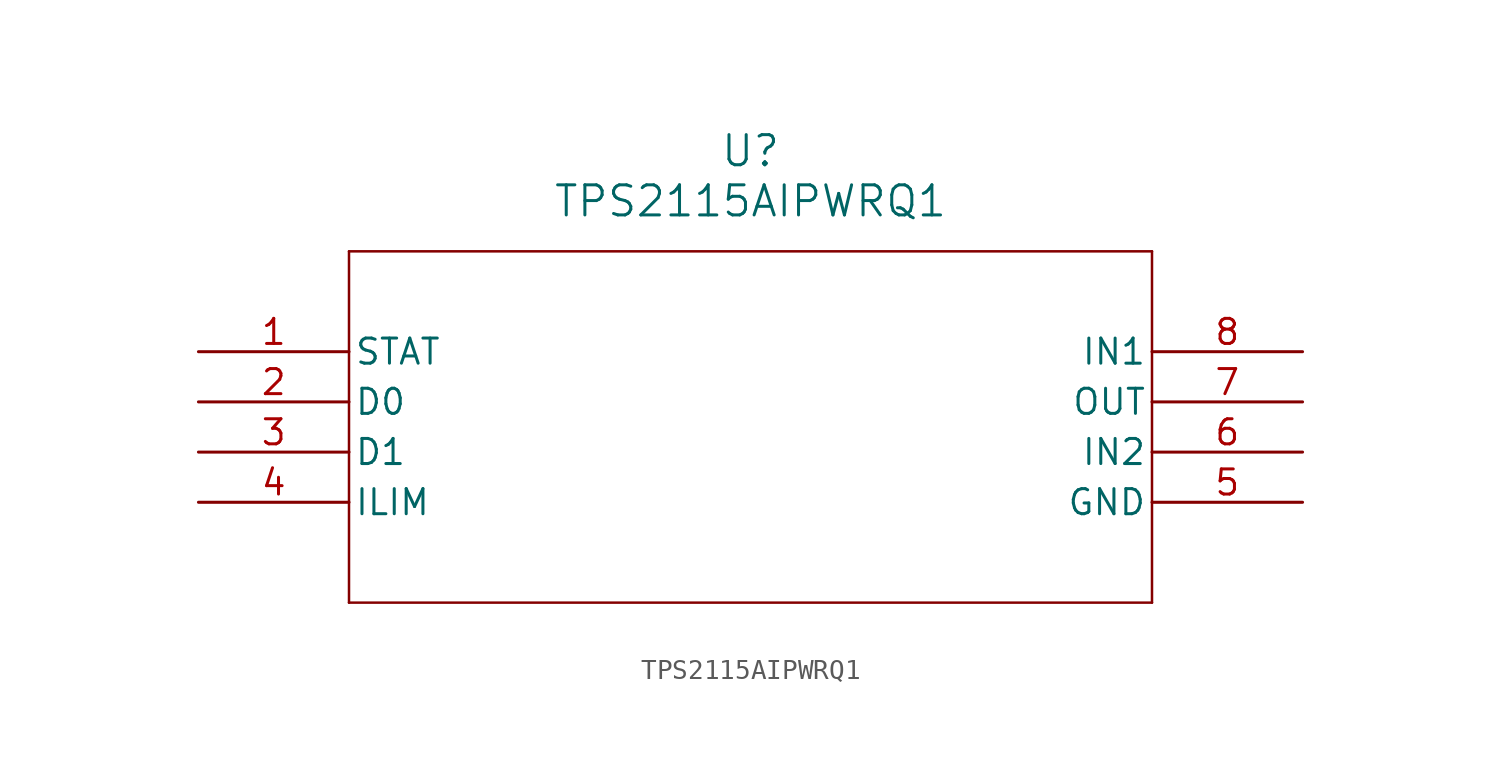
<source format=kicad_sym>
(kicad_symbol_lib
  (version 20211014)
  (generator kicad_symbol_editor)
  (symbol "TPS2115AIPWRQ1"
    (pin_names
      (offset 0.254))
    (property "Reference" "U"
      (at 27.94 10.16 0)
      (effects (font (size 1.524 1.524))))
    (property "Value" "TPS2115AIPWRQ1"
      (at 27.94 7.62 0)
      (effects (font (size 1.524 1.524))))
    (symbol "TPS2115AIPWRQ1_0_1"
      (polyline (pts (xy 7.62 5.08) (xy 7.62 -12.7)) (stroke (width 0.127) (type default) (color 0 0 0 0)) (fill (type none)))
      (polyline (pts (xy 7.62 -12.7) (xy 48.26 -12.7)) (stroke (width 0.127) (type default) (color 0 0 0 0)) (fill (type none)))
      (polyline (pts (xy 48.26 -12.7) (xy 48.26 5.08)) (stroke (width 0.127) (type default) (color 0 0 0 0)) (fill (type none)))
      (polyline (pts (xy 48.26 5.08) (xy 7.62 5.08)) (stroke (width 0.127) (type default) (color 0 0 0 0)) (fill (type none)))
      (pin output line (at 0 0 0) (length 7.62) (name "STAT" (effects (font (size 1.27 1.27)))) (number "1" (effects (font (size 1.27 1.27)))))
      (pin input line (at 0 -2.54 0) (length 7.62) (name "D0" (effects (font (size 1.27 1.27)))) (number "2" (effects (font (size 1.27 1.27)))))
      (pin input line (at 0 -5.08 0) (length 7.62) (name "D1" (effects (font (size 1.27 1.27)))) (number "3" (effects (font (size 1.27 1.27)))))
      (pin input line (at 0 -7.62 0) (length 7.62) (name "ILIM" (effects (font (size 1.27 1.27)))) (number "4" (effects (font (size 1.27 1.27)))))
      (pin power_in line (at 55.88 -7.62 180) (length 7.62) (name "GND" (effects (font (size 1.27 1.27)))) (number "5" (effects (font (size 1.27 1.27)))))
      (pin input line (at 55.88 -5.08 180) (length 7.62) (name "IN2" (effects (font (size 1.27 1.27)))) (number "6" (effects (font (size 1.27 1.27)))))
      (pin output line (at 55.88 -2.54 180) (length 7.62) (name "OUT" (effects (font (size 1.27 1.27)))) (number "7" (effects (font (size 1.27 1.27)))))
      (pin input line (at 55.88 0 180) (length 7.62) (name "IN1" (effects (font (size 1.27 1.27)))) (number "8" (effects (font (size 1.27 1.27))))))))
</source>
